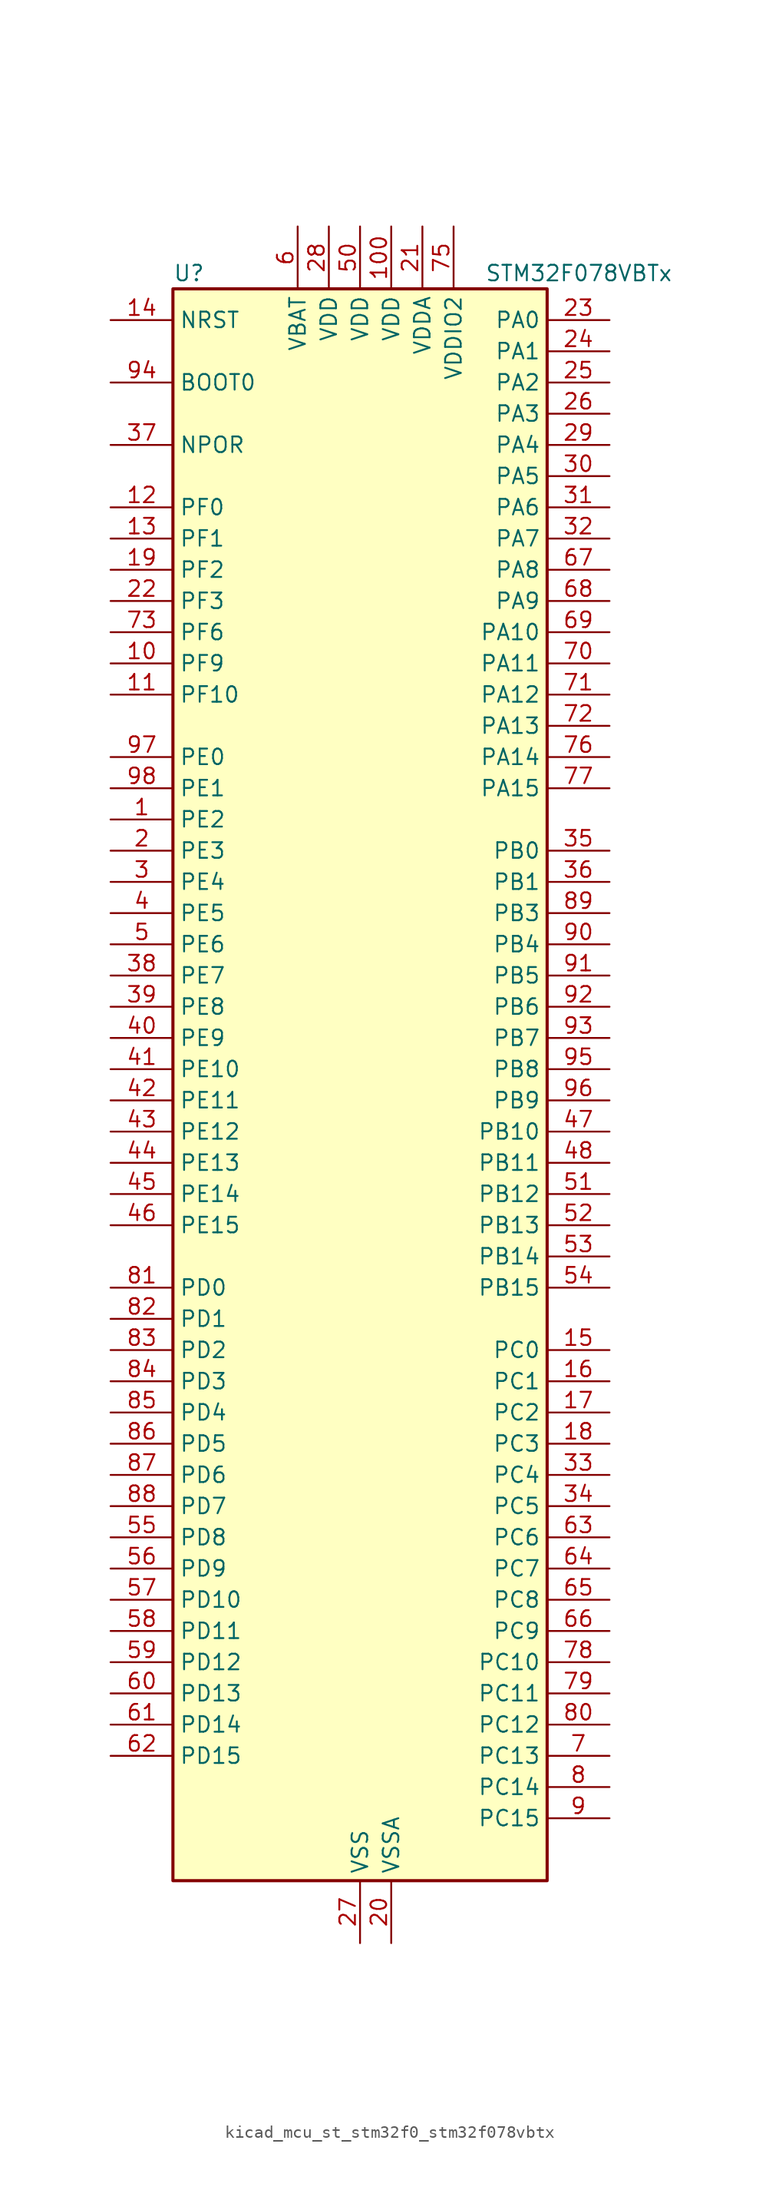
<source format=kicad_sym>
(kicad_symbol_lib
  (version 20220914)
  (generator kicad_symbol_editor)
  (symbol "kicad_mcu_st_stm32f0_stm32f078vbtx"
    (property "Reference" "U"
      (at -15.24 67.31 0)
      (effects (font (size 1.27 1.27)) (justify left)))
    (property "Value" "STM32F078VBTx"
      (at 10.16 67.31 0)
      (effects (font (size 1.27 1.27)) (justify left)))
    (property "ki_locked" ""
      (at 0 0 0)
      (effects (font (size 1.27 1.27))))
    (symbol "kicad_mcu_st_stm32f0_stm32f078vbtx_0_1"
      (rectangle (start -15.24 -63.5) (end 15.24 66.04) (stroke (width 0.254) (type default)) (fill (type background))))
    (symbol "kicad_mcu_st_stm32f0_stm32f078vbtx_1_1"
      (pin bidirectional line (at -20.32 22.86 0) (length 5.08) (name "PE2" (effects (font (size 1.27 1.27)))) (number "1" (effects (font (size 1.27 1.27)))) (alternate "TIM3_ETR" bidirectional line) (alternate "TSC_G7_IO1" bidirectional line))
      (pin bidirectional line (at -20.32 35.56 0) (length 5.08) (name "PF9" (effects (font (size 1.27 1.27)))) (number "10" (effects (font (size 1.27 1.27)))) (alternate "DAC_EXTI9" bidirectional line) (alternate "TIM15_CH1" bidirectional line))
      (pin power_in line (at 2.54 71.12 270) (length 5.08) (name "VDD" (effects (font (size 1.27 1.27)))) (number "100" (effects (font (size 1.27 1.27)))))
      (pin bidirectional line (at -20.32 33.02 0) (length 5.08) (name "PF10" (effects (font (size 1.27 1.27)))) (number "11" (effects (font (size 1.27 1.27)))) (alternate "TIM15_CH2" bidirectional line))
      (pin bidirectional line (at -20.32 48.26 0) (length 5.08) (name "PF0" (effects (font (size 1.27 1.27)))) (number "12" (effects (font (size 1.27 1.27)))) (alternate "CRS_SYNC" bidirectional line) (alternate "RCC_OSC_IN" bidirectional line))
      (pin bidirectional line (at -20.32 45.72 0) (length 5.08) (name "PF1" (effects (font (size 1.27 1.27)))) (number "13" (effects (font (size 1.27 1.27)))) (alternate "RCC_OSC_OUT" bidirectional line))
      (pin input line (at -20.32 63.5 0) (length 5.08) (name "NRST" (effects (font (size 1.27 1.27)))) (number "14" (effects (font (size 1.27 1.27)))))
      (pin bidirectional line (at 20.32 -20.32 180) (length 5.08) (name "PC0" (effects (font (size 1.27 1.27)))) (number "15" (effects (font (size 1.27 1.27)))) (alternate "ADC_IN10" bidirectional line))
      (pin bidirectional line (at 20.32 -22.86 180) (length 5.08) (name "PC1" (effects (font (size 1.27 1.27)))) (number "16" (effects (font (size 1.27 1.27)))) (alternate "ADC_IN11" bidirectional line))
      (pin bidirectional line (at 20.32 -25.4 180) (length 5.08) (name "PC2" (effects (font (size 1.27 1.27)))) (number "17" (effects (font (size 1.27 1.27)))) (alternate "ADC_IN12" bidirectional line) (alternate "I2S2_MCK" bidirectional line) (alternate "SPI2_MISO" bidirectional line))
      (pin bidirectional line (at 20.32 -27.94 180) (length 5.08) (name "PC3" (effects (font (size 1.27 1.27)))) (number "18" (effects (font (size 1.27 1.27)))) (alternate "ADC_IN13" bidirectional line) (alternate "I2S2_SD" bidirectional line) (alternate "SPI2_MOSI" bidirectional line))
      (pin bidirectional line (at -20.32 43.18 0) (length 5.08) (name "PF2" (effects (font (size 1.27 1.27)))) (number "19" (effects (font (size 1.27 1.27)))) (alternate "SYS_WKUP8" bidirectional line))
      (pin bidirectional line (at -20.32 20.32 0) (length 5.08) (name "PE3" (effects (font (size 1.27 1.27)))) (number "2" (effects (font (size 1.27 1.27)))) (alternate "TIM3_CH1" bidirectional line) (alternate "TSC_G7_IO2" bidirectional line))
      (pin power_in line (at 2.54 -68.58 90) (length 5.08) (name "VSSA" (effects (font (size 1.27 1.27)))) (number "20" (effects (font (size 1.27 1.27)))))
      (pin power_in line (at 5.08 71.12 270) (length 5.08) (name "VDDA" (effects (font (size 1.27 1.27)))) (number "21" (effects (font (size 1.27 1.27)))))
      (pin bidirectional line (at -20.32 40.64 0) (length 5.08) (name "PF3" (effects (font (size 1.27 1.27)))) (number "22" (effects (font (size 1.27 1.27)))))
      (pin bidirectional line (at 20.32 63.5 180) (length 5.08) (name "PA0" (effects (font (size 1.27 1.27)))) (number "23" (effects (font (size 1.27 1.27)))) (alternate "ADC_IN0" bidirectional line) (alternate "COMP1_INM" bidirectional line) (alternate "COMP1_OUT" bidirectional line) (alternate "RTC_TAMP2" bidirectional line) (alternate "SYS_WKUP1" bidirectional line) (alternate "TIM2_CH1" bidirectional line) (alternate "TIM2_ETR" bidirectional line) (alternate "TSC_G1_IO1" bidirectional line) (alternate "USART2_CTS" bidirectional line) (alternate "USART4_TX" bidirectional line))
      (pin bidirectional line (at 20.32 60.96 180) (length 5.08) (name "PA1" (effects (font (size 1.27 1.27)))) (number "24" (effects (font (size 1.27 1.27)))) (alternate "ADC_IN1" bidirectional line) (alternate "COMP1_INP" bidirectional line) (alternate "TIM15_CH1N" bidirectional line) (alternate "TIM2_CH2" bidirectional line) (alternate "TSC_G1_IO2" bidirectional line) (alternate "USART2_DE" bidirectional line) (alternate "USART2_RTS" bidirectional line) (alternate "USART4_RX" bidirectional line))
      (pin bidirectional line (at 20.32 58.42 180) (length 5.08) (name "PA2" (effects (font (size 1.27 1.27)))) (number "25" (effects (font (size 1.27 1.27)))) (alternate "ADC_IN2" bidirectional line) (alternate "COMP2_INM" bidirectional line) (alternate "COMP2_OUT" bidirectional line) (alternate "SYS_WKUP4" bidirectional line) (alternate "TIM15_CH1" bidirectional line) (alternate "TIM2_CH3" bidirectional line) (alternate "TSC_G1_IO3" bidirectional line) (alternate "USART2_TX" bidirectional line))
      (pin bidirectional line (at 20.32 55.88 180) (length 5.08) (name "PA3" (effects (font (size 1.27 1.27)))) (number "26" (effects (font (size 1.27 1.27)))) (alternate "ADC_IN3" bidirectional line) (alternate "COMP2_INP" bidirectional line) (alternate "TIM15_CH2" bidirectional line) (alternate "TIM2_CH4" bidirectional line) (alternate "TSC_G1_IO4" bidirectional line) (alternate "USART2_RX" bidirectional line))
      (pin power_in line (at 0 -68.58 90) (length 5.08) (name "VSS" (effects (font (size 1.27 1.27)))) (number "27" (effects (font (size 1.27 1.27)))))
      (pin power_in line (at -2.54 71.12 270) (length 5.08) (name "VDD" (effects (font (size 1.27 1.27)))) (number "28" (effects (font (size 1.27 1.27)))))
      (pin bidirectional line (at 20.32 53.34 180) (length 5.08) (name "PA4" (effects (font (size 1.27 1.27)))) (number "29" (effects (font (size 1.27 1.27)))) (alternate "ADC_IN4" bidirectional line) (alternate "COMP1_INM" bidirectional line) (alternate "COMP2_INM" bidirectional line) (alternate "DAC_OUT1" bidirectional line) (alternate "I2S1_WS" bidirectional line) (alternate "SPI1_NSS" bidirectional line) (alternate "TIM14_CH1" bidirectional line) (alternate "TSC_G2_IO1" bidirectional line) (alternate "USART2_CK" bidirectional line))
      (pin bidirectional line (at -20.32 17.78 0) (length 5.08) (name "PE4" (effects (font (size 1.27 1.27)))) (number "3" (effects (font (size 1.27 1.27)))) (alternate "TIM3_CH2" bidirectional line) (alternate "TSC_G7_IO3" bidirectional line))
      (pin bidirectional line (at 20.32 50.8 180) (length 5.08) (name "PA5" (effects (font (size 1.27 1.27)))) (number "30" (effects (font (size 1.27 1.27)))) (alternate "ADC_IN5" bidirectional line) (alternate "CEC" bidirectional line) (alternate "COMP1_INM" bidirectional line) (alternate "COMP2_INM" bidirectional line) (alternate "DAC_OUT2" bidirectional line) (alternate "I2S1_CK" bidirectional line) (alternate "SPI1_SCK" bidirectional line) (alternate "TIM2_CH1" bidirectional line) (alternate "TIM2_ETR" bidirectional line) (alternate "TSC_G2_IO2" bidirectional line))
      (pin bidirectional line (at 20.32 48.26 180) (length 5.08) (name "PA6" (effects (font (size 1.27 1.27)))) (number "31" (effects (font (size 1.27 1.27)))) (alternate "ADC_IN6" bidirectional line) (alternate "COMP1_OUT" bidirectional line) (alternate "I2S1_MCK" bidirectional line) (alternate "SPI1_MISO" bidirectional line) (alternate "TIM16_CH1" bidirectional line) (alternate "TIM1_BKIN" bidirectional line) (alternate "TIM3_CH1" bidirectional line) (alternate "TSC_G2_IO3" bidirectional line) (alternate "USART3_CTS" bidirectional line))
      (pin bidirectional line (at 20.32 45.72 180) (length 5.08) (name "PA7" (effects (font (size 1.27 1.27)))) (number "32" (effects (font (size 1.27 1.27)))) (alternate "ADC_IN7" bidirectional line) (alternate "COMP2_OUT" bidirectional line) (alternate "I2S1_SD" bidirectional line) (alternate "SPI1_MOSI" bidirectional line) (alternate "TIM14_CH1" bidirectional line) (alternate "TIM17_CH1" bidirectional line) (alternate "TIM1_CH1N" bidirectional line) (alternate "TIM3_CH2" bidirectional line) (alternate "TSC_G2_IO4" bidirectional line))
      (pin bidirectional line (at 20.32 -30.48 180) (length 5.08) (name "PC4" (effects (font (size 1.27 1.27)))) (number "33" (effects (font (size 1.27 1.27)))) (alternate "ADC_IN14" bidirectional line) (alternate "USART3_TX" bidirectional line))
      (pin bidirectional line (at 20.32 -33.02 180) (length 5.08) (name "PC5" (effects (font (size 1.27 1.27)))) (number "34" (effects (font (size 1.27 1.27)))) (alternate "ADC_IN15" bidirectional line) (alternate "SYS_WKUP5" bidirectional line) (alternate "TSC_G3_IO1" bidirectional line) (alternate "USART3_RX" bidirectional line))
      (pin bidirectional line (at 20.32 20.32 180) (length 5.08) (name "PB0" (effects (font (size 1.27 1.27)))) (number "35" (effects (font (size 1.27 1.27)))) (alternate "ADC_IN8" bidirectional line) (alternate "TIM1_CH2N" bidirectional line) (alternate "TIM3_CH3" bidirectional line) (alternate "TSC_G3_IO2" bidirectional line) (alternate "USART3_CK" bidirectional line))
      (pin bidirectional line (at 20.32 17.78 180) (length 5.08) (name "PB1" (effects (font (size 1.27 1.27)))) (number "36" (effects (font (size 1.27 1.27)))) (alternate "ADC_IN9" bidirectional line) (alternate "TIM14_CH1" bidirectional line) (alternate "TIM1_CH3N" bidirectional line) (alternate "TIM3_CH4" bidirectional line) (alternate "TSC_G3_IO3" bidirectional line) (alternate "USART3_DE" bidirectional line) (alternate "USART3_RTS" bidirectional line))
      (pin input line (at -20.32 53.34 0) (length 5.08) (name "NPOR" (effects (font (size 1.27 1.27)))) (number "37" (effects (font (size 1.27 1.27)))))
      (pin bidirectional line (at -20.32 10.16 0) (length 5.08) (name "PE7" (effects (font (size 1.27 1.27)))) (number "38" (effects (font (size 1.27 1.27)))) (alternate "TIM1_ETR" bidirectional line))
      (pin bidirectional line (at -20.32 7.62 0) (length 5.08) (name "PE8" (effects (font (size 1.27 1.27)))) (number "39" (effects (font (size 1.27 1.27)))) (alternate "TIM1_CH1N" bidirectional line))
      (pin bidirectional line (at -20.32 15.24 0) (length 5.08) (name "PE5" (effects (font (size 1.27 1.27)))) (number "4" (effects (font (size 1.27 1.27)))) (alternate "TIM3_CH3" bidirectional line) (alternate "TSC_G7_IO4" bidirectional line))
      (pin bidirectional line (at -20.32 5.08 0) (length 5.08) (name "PE9" (effects (font (size 1.27 1.27)))) (number "40" (effects (font (size 1.27 1.27)))) (alternate "DAC_EXTI9" bidirectional line) (alternate "TIM1_CH1" bidirectional line))
      (pin bidirectional line (at -20.32 2.54 0) (length 5.08) (name "PE10" (effects (font (size 1.27 1.27)))) (number "41" (effects (font (size 1.27 1.27)))) (alternate "TIM1_CH2N" bidirectional line))
      (pin bidirectional line (at -20.32 0 0) (length 5.08) (name "PE11" (effects (font (size 1.27 1.27)))) (number "42" (effects (font (size 1.27 1.27)))) (alternate "TIM1_CH2" bidirectional line))
      (pin bidirectional line (at -20.32 -2.54 0) (length 5.08) (name "PE12" (effects (font (size 1.27 1.27)))) (number "43" (effects (font (size 1.27 1.27)))) (alternate "I2S1_WS" bidirectional line) (alternate "SPI1_NSS" bidirectional line) (alternate "TIM1_CH3N" bidirectional line))
      (pin bidirectional line (at -20.32 -5.08 0) (length 5.08) (name "PE13" (effects (font (size 1.27 1.27)))) (number "44" (effects (font (size 1.27 1.27)))) (alternate "I2S1_CK" bidirectional line) (alternate "SPI1_SCK" bidirectional line) (alternate "TIM1_CH3" bidirectional line))
      (pin bidirectional line (at -20.32 -7.62 0) (length 5.08) (name "PE14" (effects (font (size 1.27 1.27)))) (number "45" (effects (font (size 1.27 1.27)))) (alternate "I2S1_MCK" bidirectional line) (alternate "SPI1_MISO" bidirectional line) (alternate "TIM1_CH4" bidirectional line))
      (pin bidirectional line (at -20.32 -10.16 0) (length 5.08) (name "PE15" (effects (font (size 1.27 1.27)))) (number "46" (effects (font (size 1.27 1.27)))) (alternate "I2S1_SD" bidirectional line) (alternate "SPI1_MOSI" bidirectional line) (alternate "TIM1_BKIN" bidirectional line))
      (pin bidirectional line (at 20.32 -2.54 180) (length 5.08) (name "PB10" (effects (font (size 1.27 1.27)))) (number "47" (effects (font (size 1.27 1.27)))) (alternate "CEC" bidirectional line) (alternate "I2C2_SCL" bidirectional line) (alternate "I2S2_CK" bidirectional line) (alternate "SPI2_SCK" bidirectional line) (alternate "TIM2_CH3" bidirectional line) (alternate "TSC_SYNC" bidirectional line) (alternate "USART3_TX" bidirectional line))
      (pin bidirectional line (at 20.32 -5.08 180) (length 5.08) (name "PB11" (effects (font (size 1.27 1.27)))) (number "48" (effects (font (size 1.27 1.27)))) (alternate "I2C2_SDA" bidirectional line) (alternate "TIM2_CH4" bidirectional line) (alternate "TSC_G6_IO1" bidirectional line) (alternate "USART3_RX" bidirectional line))
      (pin passive line (at 0 -68.58 90) (length 5.08) hide (name "VSS" (effects (font (size 1.27 1.27)))) (number "49" (effects (font (size 1.27 1.27)))))
      (pin bidirectional line (at -20.32 12.7 0) (length 5.08) (name "PE6" (effects (font (size 1.27 1.27)))) (number "5" (effects (font (size 1.27 1.27)))) (alternate "RTC_TAMP3" bidirectional line) (alternate "SYS_WKUP3" bidirectional line) (alternate "TIM3_CH4" bidirectional line))
      (pin power_in line (at 0 71.12 270) (length 5.08) (name "VDD" (effects (font (size 1.27 1.27)))) (number "50" (effects (font (size 1.27 1.27)))))
      (pin bidirectional line (at 20.32 -7.62 180) (length 5.08) (name "PB12" (effects (font (size 1.27 1.27)))) (number "51" (effects (font (size 1.27 1.27)))) (alternate "I2S2_WS" bidirectional line) (alternate "SPI2_NSS" bidirectional line) (alternate "TIM15_BKIN" bidirectional line) (alternate "TIM1_BKIN" bidirectional line) (alternate "TSC_G6_IO2" bidirectional line) (alternate "USART3_CK" bidirectional line))
      (pin bidirectional line (at 20.32 -10.16 180) (length 5.08) (name "PB13" (effects (font (size 1.27 1.27)))) (number "52" (effects (font (size 1.27 1.27)))) (alternate "I2C2_SCL" bidirectional line) (alternate "I2S2_CK" bidirectional line) (alternate "SPI2_SCK" bidirectional line) (alternate "TIM1_CH1N" bidirectional line) (alternate "TSC_G6_IO3" bidirectional line) (alternate "USART3_CTS" bidirectional line))
      (pin bidirectional line (at 20.32 -12.7 180) (length 5.08) (name "PB14" (effects (font (size 1.27 1.27)))) (number "53" (effects (font (size 1.27 1.27)))) (alternate "I2C2_SDA" bidirectional line) (alternate "I2S2_MCK" bidirectional line) (alternate "SPI2_MISO" bidirectional line) (alternate "TIM15_CH1" bidirectional line) (alternate "TIM1_CH2N" bidirectional line) (alternate "TSC_G6_IO4" bidirectional line) (alternate "USART3_DE" bidirectional line) (alternate "USART3_RTS" bidirectional line))
      (pin bidirectional line (at 20.32 -15.24 180) (length 5.08) (name "PB15" (effects (font (size 1.27 1.27)))) (number "54" (effects (font (size 1.27 1.27)))) (alternate "I2S2_SD" bidirectional line) (alternate "RTC_REFIN" bidirectional line) (alternate "SPI2_MOSI" bidirectional line) (alternate "SYS_WKUP7" bidirectional line) (alternate "TIM15_CH1N" bidirectional line) (alternate "TIM15_CH2" bidirectional line) (alternate "TIM1_CH3N" bidirectional line))
      (pin bidirectional line (at -20.32 -35.56 0) (length 5.08) (name "PD8" (effects (font (size 1.27 1.27)))) (number "55" (effects (font (size 1.27 1.27)))) (alternate "USART3_TX" bidirectional line))
      (pin bidirectional line (at -20.32 -38.1 0) (length 5.08) (name "PD9" (effects (font (size 1.27 1.27)))) (number "56" (effects (font (size 1.27 1.27)))) (alternate "DAC_EXTI9" bidirectional line) (alternate "USART3_RX" bidirectional line))
      (pin bidirectional line (at -20.32 -40.64 0) (length 5.08) (name "PD10" (effects (font (size 1.27 1.27)))) (number "57" (effects (font (size 1.27 1.27)))) (alternate "USART3_CK" bidirectional line))
      (pin bidirectional line (at -20.32 -43.18 0) (length 5.08) (name "PD11" (effects (font (size 1.27 1.27)))) (number "58" (effects (font (size 1.27 1.27)))) (alternate "USART3_CTS" bidirectional line))
      (pin bidirectional line (at -20.32 -45.72 0) (length 5.08) (name "PD12" (effects (font (size 1.27 1.27)))) (number "59" (effects (font (size 1.27 1.27)))) (alternate "TSC_G8_IO1" bidirectional line) (alternate "USART3_DE" bidirectional line) (alternate "USART3_RTS" bidirectional line))
      (pin power_in line (at -5.08 71.12 270) (length 5.08) (name "VBAT" (effects (font (size 1.27 1.27)))) (number "6" (effects (font (size 1.27 1.27)))))
      (pin bidirectional line (at -20.32 -48.26 0) (length 5.08) (name "PD13" (effects (font (size 1.27 1.27)))) (number "60" (effects (font (size 1.27 1.27)))) (alternate "TSC_G8_IO2" bidirectional line))
      (pin bidirectional line (at -20.32 -50.8 0) (length 5.08) (name "PD14" (effects (font (size 1.27 1.27)))) (number "61" (effects (font (size 1.27 1.27)))) (alternate "TSC_G8_IO3" bidirectional line))
      (pin bidirectional line (at -20.32 -53.34 0) (length 5.08) (name "PD15" (effects (font (size 1.27 1.27)))) (number "62" (effects (font (size 1.27 1.27)))) (alternate "CRS_SYNC" bidirectional line) (alternate "TSC_G8_IO4" bidirectional line))
      (pin bidirectional line (at 20.32 -35.56 180) (length 5.08) (name "PC6" (effects (font (size 1.27 1.27)))) (number "63" (effects (font (size 1.27 1.27)))) (alternate "TIM3_CH1" bidirectional line))
      (pin bidirectional line (at 20.32 -38.1 180) (length 5.08) (name "PC7" (effects (font (size 1.27 1.27)))) (number "64" (effects (font (size 1.27 1.27)))) (alternate "TIM3_CH2" bidirectional line))
      (pin bidirectional line (at 20.32 -40.64 180) (length 5.08) (name "PC8" (effects (font (size 1.27 1.27)))) (number "65" (effects (font (size 1.27 1.27)))) (alternate "TIM3_CH3" bidirectional line))
      (pin bidirectional line (at 20.32 -43.18 180) (length 5.08) (name "PC9" (effects (font (size 1.27 1.27)))) (number "66" (effects (font (size 1.27 1.27)))) (alternate "DAC_EXTI9" bidirectional line) (alternate "TIM3_CH4" bidirectional line))
      (pin bidirectional line (at 20.32 43.18 180) (length 5.08) (name "PA8" (effects (font (size 1.27 1.27)))) (number "67" (effects (font (size 1.27 1.27)))) (alternate "CRS_SYNC" bidirectional line) (alternate "RCC_MCO" bidirectional line) (alternate "TIM1_CH1" bidirectional line) (alternate "USART1_CK" bidirectional line))
      (pin bidirectional line (at 20.32 40.64 180) (length 5.08) (name "PA9" (effects (font (size 1.27 1.27)))) (number "68" (effects (font (size 1.27 1.27)))) (alternate "DAC_EXTI9" bidirectional line) (alternate "TIM15_BKIN" bidirectional line) (alternate "TIM1_CH2" bidirectional line) (alternate "TSC_G4_IO1" bidirectional line) (alternate "USART1_TX" bidirectional line))
      (pin bidirectional line (at 20.32 38.1 180) (length 5.08) (name "PA10" (effects (font (size 1.27 1.27)))) (number "69" (effects (font (size 1.27 1.27)))) (alternate "TIM17_BKIN" bidirectional line) (alternate "TIM1_CH3" bidirectional line) (alternate "TSC_G4_IO2" bidirectional line) (alternate "USART1_RX" bidirectional line))
      (pin bidirectional line (at 20.32 -53.34 180) (length 5.08) (name "PC13" (effects (font (size 1.27 1.27)))) (number "7" (effects (font (size 1.27 1.27)))) (alternate "RTC_OUT_ALARM" bidirectional line) (alternate "RTC_OUT_CALIB" bidirectional line) (alternate "RTC_TAMP1" bidirectional line) (alternate "RTC_TS" bidirectional line) (alternate "SYS_WKUP2" bidirectional line))
      (pin bidirectional line (at 20.32 35.56 180) (length 5.08) (name "PA11" (effects (font (size 1.27 1.27)))) (number "70" (effects (font (size 1.27 1.27)))) (alternate "COMP1_OUT" bidirectional line) (alternate "TIM1_CH4" bidirectional line) (alternate "TSC_G4_IO3" bidirectional line) (alternate "USART1_CTS" bidirectional line) (alternate "USB_DM" bidirectional line))
      (pin bidirectional line (at 20.32 33.02 180) (length 5.08) (name "PA12" (effects (font (size 1.27 1.27)))) (number "71" (effects (font (size 1.27 1.27)))) (alternate "COMP2_OUT" bidirectional line) (alternate "TIM1_ETR" bidirectional line) (alternate "TSC_G4_IO4" bidirectional line) (alternate "USART1_DE" bidirectional line) (alternate "USART1_RTS" bidirectional line) (alternate "USB_DP" bidirectional line))
      (pin bidirectional line (at 20.32 30.48 180) (length 5.08) (name "PA13" (effects (font (size 1.27 1.27)))) (number "72" (effects (font (size 1.27 1.27)))) (alternate "IR_OUT" bidirectional line) (alternate "SYS_SWDIO" bidirectional line) (alternate "USB_NOE" bidirectional line))
      (pin bidirectional line (at -20.32 38.1 0) (length 5.08) (name "PF6" (effects (font (size 1.27 1.27)))) (number "73" (effects (font (size 1.27 1.27)))))
      (pin passive line (at 0 -68.58 90) (length 5.08) hide (name "VSS" (effects (font (size 1.27 1.27)))) (number "74" (effects (font (size 1.27 1.27)))))
      (pin power_in line (at 7.62 71.12 270) (length 5.08) (name "VDDIO2" (effects (font (size 1.27 1.27)))) (number "75" (effects (font (size 1.27 1.27)))))
      (pin bidirectional line (at 20.32 27.94 180) (length 5.08) (name "PA14" (effects (font (size 1.27 1.27)))) (number "76" (effects (font (size 1.27 1.27)))) (alternate "SYS_SWCLK" bidirectional line) (alternate "USART2_TX" bidirectional line))
      (pin bidirectional line (at 20.32 25.4 180) (length 5.08) (name "PA15" (effects (font (size 1.27 1.27)))) (number "77" (effects (font (size 1.27 1.27)))) (alternate "I2S1_WS" bidirectional line) (alternate "SPI1_NSS" bidirectional line) (alternate "TIM2_CH1" bidirectional line) (alternate "TIM2_ETR" bidirectional line) (alternate "USART2_RX" bidirectional line) (alternate "USART4_DE" bidirectional line) (alternate "USART4_RTS" bidirectional line))
      (pin bidirectional line (at 20.32 -45.72 180) (length 5.08) (name "PC10" (effects (font (size 1.27 1.27)))) (number "78" (effects (font (size 1.27 1.27)))) (alternate "USART3_TX" bidirectional line) (alternate "USART4_TX" bidirectional line))
      (pin bidirectional line (at 20.32 -48.26 180) (length 5.08) (name "PC11" (effects (font (size 1.27 1.27)))) (number "79" (effects (font (size 1.27 1.27)))) (alternate "USART3_RX" bidirectional line) (alternate "USART4_RX" bidirectional line))
      (pin bidirectional line (at 20.32 -55.88 180) (length 5.08) (name "PC14" (effects (font (size 1.27 1.27)))) (number "8" (effects (font (size 1.27 1.27)))) (alternate "RCC_OSC32_IN" bidirectional line))
      (pin bidirectional line (at 20.32 -50.8 180) (length 5.08) (name "PC12" (effects (font (size 1.27 1.27)))) (number "80" (effects (font (size 1.27 1.27)))) (alternate "USART3_CK" bidirectional line) (alternate "USART4_CK" bidirectional line))
      (pin bidirectional line (at -20.32 -15.24 0) (length 5.08) (name "PD0" (effects (font (size 1.27 1.27)))) (number "81" (effects (font (size 1.27 1.27)))) (alternate "I2S2_WS" bidirectional line) (alternate "SPI2_NSS" bidirectional line))
      (pin bidirectional line (at -20.32 -17.78 0) (length 5.08) (name "PD1" (effects (font (size 1.27 1.27)))) (number "82" (effects (font (size 1.27 1.27)))) (alternate "I2S2_CK" bidirectional line) (alternate "SPI2_SCK" bidirectional line))
      (pin bidirectional line (at -20.32 -20.32 0) (length 5.08) (name "PD2" (effects (font (size 1.27 1.27)))) (number "83" (effects (font (size 1.27 1.27)))) (alternate "TIM3_ETR" bidirectional line) (alternate "USART3_DE" bidirectional line) (alternate "USART3_RTS" bidirectional line))
      (pin bidirectional line (at -20.32 -22.86 0) (length 5.08) (name "PD3" (effects (font (size 1.27 1.27)))) (number "84" (effects (font (size 1.27 1.27)))) (alternate "I2S2_MCK" bidirectional line) (alternate "SPI2_MISO" bidirectional line) (alternate "USART2_CTS" bidirectional line))
      (pin bidirectional line (at -20.32 -25.4 0) (length 5.08) (name "PD4" (effects (font (size 1.27 1.27)))) (number "85" (effects (font (size 1.27 1.27)))) (alternate "I2S2_SD" bidirectional line) (alternate "SPI2_MOSI" bidirectional line) (alternate "USART2_DE" bidirectional line) (alternate "USART2_RTS" bidirectional line))
      (pin bidirectional line (at -20.32 -27.94 0) (length 5.08) (name "PD5" (effects (font (size 1.27 1.27)))) (number "86" (effects (font (size 1.27 1.27)))) (alternate "USART2_TX" bidirectional line))
      (pin bidirectional line (at -20.32 -30.48 0) (length 5.08) (name "PD6" (effects (font (size 1.27 1.27)))) (number "87" (effects (font (size 1.27 1.27)))) (alternate "USART2_RX" bidirectional line))
      (pin bidirectional line (at -20.32 -33.02 0) (length 5.08) (name "PD7" (effects (font (size 1.27 1.27)))) (number "88" (effects (font (size 1.27 1.27)))) (alternate "USART2_CK" bidirectional line))
      (pin bidirectional line (at 20.32 15.24 180) (length 5.08) (name "PB3" (effects (font (size 1.27 1.27)))) (number "89" (effects (font (size 1.27 1.27)))) (alternate "I2S1_CK" bidirectional line) (alternate "SPI1_SCK" bidirectional line) (alternate "TIM2_CH2" bidirectional line) (alternate "TSC_G5_IO1" bidirectional line))
      (pin bidirectional line (at 20.32 -58.42 180) (length 5.08) (name "PC15" (effects (font (size 1.27 1.27)))) (number "9" (effects (font (size 1.27 1.27)))) (alternate "RCC_OSC32_OUT" bidirectional line))
      (pin bidirectional line (at 20.32 12.7 180) (length 5.08) (name "PB4" (effects (font (size 1.27 1.27)))) (number "90" (effects (font (size 1.27 1.27)))) (alternate "I2S1_MCK" bidirectional line) (alternate "SPI1_MISO" bidirectional line) (alternate "TIM17_BKIN" bidirectional line) (alternate "TIM3_CH1" bidirectional line) (alternate "TSC_G5_IO2" bidirectional line))
      (pin bidirectional line (at 20.32 10.16 180) (length 5.08) (name "PB5" (effects (font (size 1.27 1.27)))) (number "91" (effects (font (size 1.27 1.27)))) (alternate "I2C1_SMBA" bidirectional line) (alternate "I2S1_SD" bidirectional line) (alternate "SPI1_MOSI" bidirectional line) (alternate "SYS_WKUP6" bidirectional line) (alternate "TIM16_BKIN" bidirectional line) (alternate "TIM3_CH2" bidirectional line))
      (pin bidirectional line (at 20.32 7.62 180) (length 5.08) (name "PB6" (effects (font (size 1.27 1.27)))) (number "92" (effects (font (size 1.27 1.27)))) (alternate "I2C1_SCL" bidirectional line) (alternate "TIM16_CH1N" bidirectional line) (alternate "TSC_G5_IO3" bidirectional line) (alternate "USART1_TX" bidirectional line))
      (pin bidirectional line (at 20.32 5.08 180) (length 5.08) (name "PB7" (effects (font (size 1.27 1.27)))) (number "93" (effects (font (size 1.27 1.27)))) (alternate "I2C1_SDA" bidirectional line) (alternate "TIM17_CH1N" bidirectional line) (alternate "TSC_G5_IO4" bidirectional line) (alternate "USART1_RX" bidirectional line) (alternate "USART4_CTS" bidirectional line))
      (pin input line (at -20.32 58.42 0) (length 5.08) (name "BOOT0" (effects (font (size 1.27 1.27)))) (number "94" (effects (font (size 1.27 1.27)))))
      (pin bidirectional line (at 20.32 2.54 180) (length 5.08) (name "PB8" (effects (font (size 1.27 1.27)))) (number "95" (effects (font (size 1.27 1.27)))) (alternate "CEC" bidirectional line) (alternate "I2C1_SCL" bidirectional line) (alternate "TIM16_CH1" bidirectional line) (alternate "TSC_SYNC" bidirectional line))
      (pin bidirectional line (at 20.32 0 180) (length 5.08) (name "PB9" (effects (font (size 1.27 1.27)))) (number "96" (effects (font (size 1.27 1.27)))) (alternate "DAC_EXTI9" bidirectional line) (alternate "I2C1_SDA" bidirectional line) (alternate "I2S2_WS" bidirectional line) (alternate "IR_OUT" bidirectional line) (alternate "SPI2_NSS" bidirectional line) (alternate "TIM17_CH1" bidirectional line))
      (pin bidirectional line (at -20.32 27.94 0) (length 5.08) (name "PE0" (effects (font (size 1.27 1.27)))) (number "97" (effects (font (size 1.27 1.27)))) (alternate "TIM16_CH1" bidirectional line))
      (pin bidirectional line (at -20.32 25.4 0) (length 5.08) (name "PE1" (effects (font (size 1.27 1.27)))) (number "98" (effects (font (size 1.27 1.27)))) (alternate "TIM17_CH1" bidirectional line))
      (pin passive line (at 0 -68.58 90) (length 5.08) hide (name "VSS" (effects (font (size 1.27 1.27)))) (number "99" (effects (font (size 1.27 1.27))))))))
</source>
